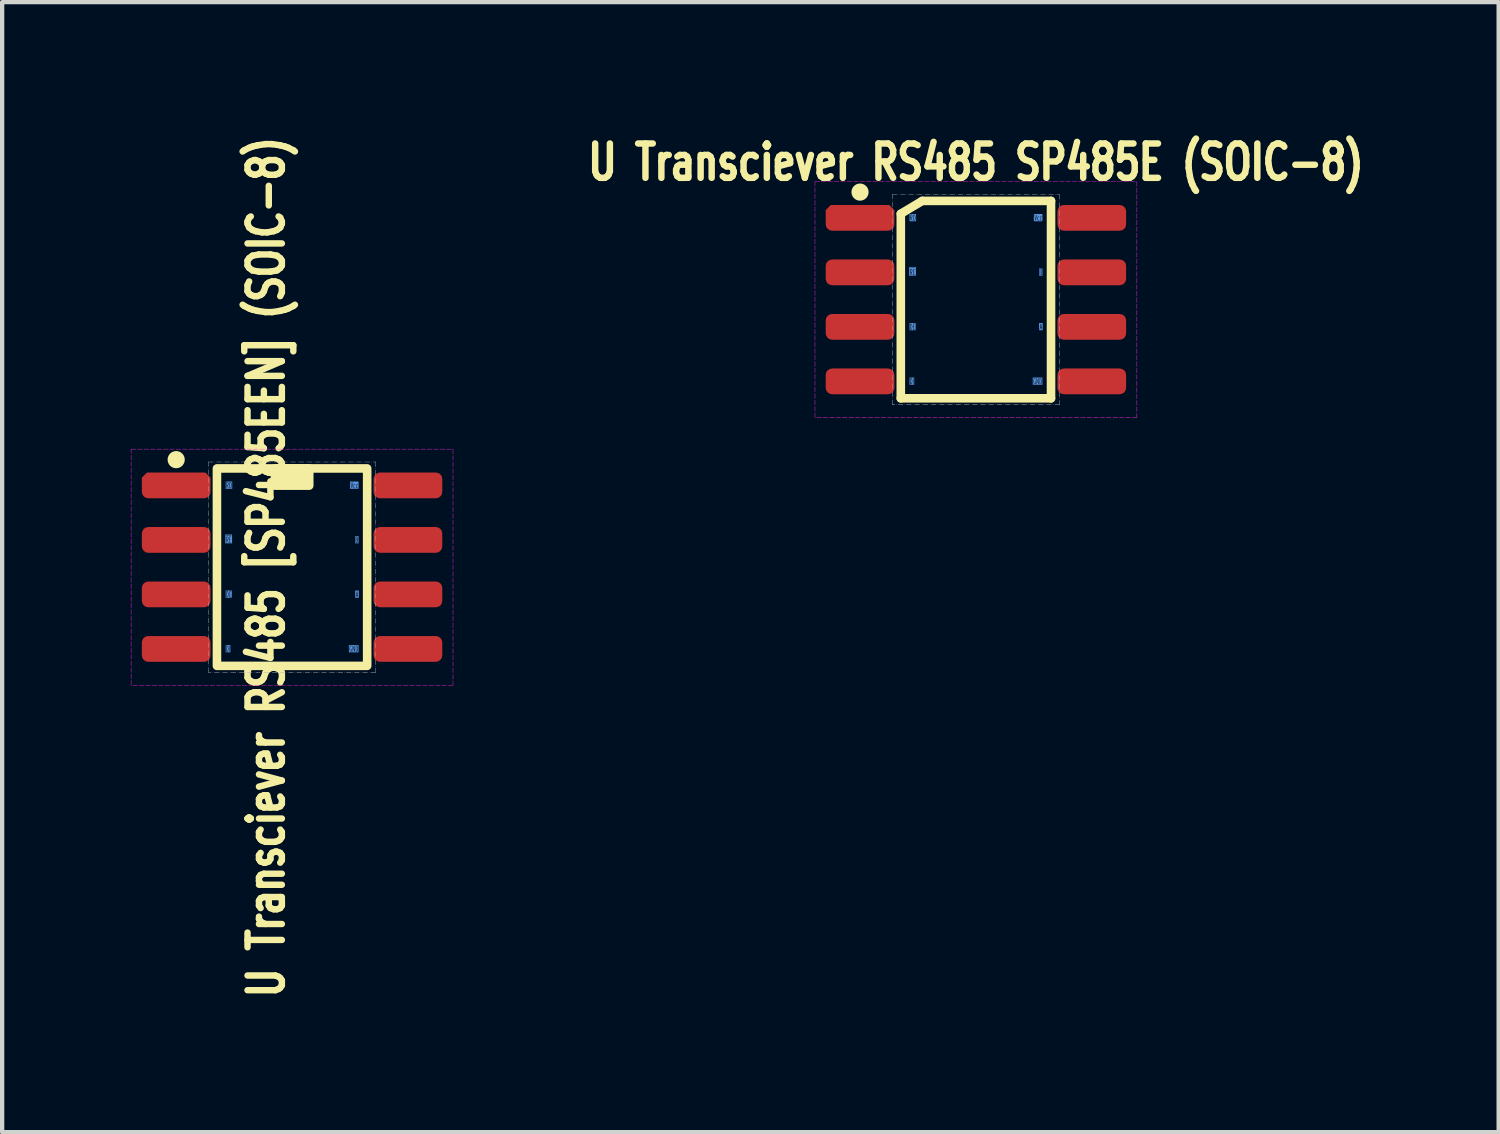
<source format=kicad_pcb>
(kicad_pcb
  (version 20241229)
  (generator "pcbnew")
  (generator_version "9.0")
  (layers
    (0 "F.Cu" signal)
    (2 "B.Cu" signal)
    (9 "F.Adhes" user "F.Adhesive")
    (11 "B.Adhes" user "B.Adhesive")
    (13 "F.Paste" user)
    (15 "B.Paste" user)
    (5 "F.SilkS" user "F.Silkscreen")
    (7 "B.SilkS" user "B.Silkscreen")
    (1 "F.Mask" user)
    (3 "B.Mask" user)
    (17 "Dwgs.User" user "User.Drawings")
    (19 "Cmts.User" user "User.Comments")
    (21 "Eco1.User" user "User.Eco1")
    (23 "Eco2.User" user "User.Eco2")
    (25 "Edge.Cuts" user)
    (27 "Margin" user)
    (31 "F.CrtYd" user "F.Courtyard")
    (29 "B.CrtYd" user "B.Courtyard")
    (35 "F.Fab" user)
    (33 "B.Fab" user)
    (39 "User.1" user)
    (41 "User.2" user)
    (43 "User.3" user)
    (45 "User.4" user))
  (footprint "U Transciever RS485 SP485E (SOIC-8)"
    (layer "F.Cu")
    (at 19.689 3.931)
    (property "Reference" "U Transciever RS485 SP485E (SOIC-8)" (at 0 -3.2 0) (layer "F.SilkS") (effects (font (size 0.8 0.6) (thickness 0.15))))
    (attr smd)
    (fp_line (start -1.75 -2) (end -1.25 -2.3) (stroke (width 0.2) (type default)) (layer "F.SilkS"))
    (fp_line (start -1.75 2.3) (end -1.75 -2) (stroke (width 0.2) (type default)) (layer "F.SilkS"))
    (fp_line (start -1.25 -2.3) (end 1.75 -2.3) (stroke (width 0.2) (type default)) (layer "F.SilkS"))
    (fp_line (start 1.75 -2.3) (end 1.75 2.3) (stroke (width 0.2) (type default)) (layer "F.SilkS"))
    (fp_line (start 1.75 2.3) (end -1.75 2.3) (stroke (width 0.2) (type default)) (layer "F.SilkS"))
    (fp_circle (center -2.7 -2.505) (end -2.55 -2.505) (stroke (width 0.1) (type solid)) (fill yes) (layer "F.SilkS"))
    (fp_rect (start -3.75 -2.75) (end 3.75 2.75) (stroke (width 0.01) (type dash)) (fill no) (layer "F.CrtYd"))
    (fp_rect (start -1.95 -2.45) (end 1.95 2.45) (stroke (width 0.01) (type dash_dot)) (fill no) (layer "F.Fab"))
    (fp_text user "GND" (at 1.55 1.905 0) (layer "Cmts.User" knockout) (effects (font (size 0.13 0.07) (thickness 0.01) (bold yes)) (justify right)))
    (fp_text user "DE" (at -1.55 0.635 0) (layer "Cmts.User" knockout) (effects (font (size 0.13 0.07) (thickness 0.01)) (justify left)))
    (fp_text user "B" (at 1.55 -0.635 0) (layer "Cmts.User" knockout) (effects (font (size 0.13 0.07) (thickness 0.01)) (justify right)))
    (fp_text user "Vcc" (at 1.55 -1.905 0) (layer "Cmts.User" knockout) (effects (font (size 0.13 0.07) (thickness 0.01) (bold yes)) (justify right)))
    (fp_text user "A" (at 1.55 0.635 0) (layer "Cmts.User" knockout) (effects (font (size 0.13 0.07) (thickness 0.01)) (justify right)))
    (fp_text user "RO" (at -1.55 -1.905 0) (layer "Cmts.User" knockout) (effects (font (size 0.13 0.07) (thickness 0.01)) (justify left)))
    (fp_text user "~{RE}" (at -1.55 -0.635 0) (layer "Cmts.User" knockout) (effects (font (size 0.13 0.07) (thickness 0.01)) (justify left)))
    (fp_text user "DI" (at -1.55 1.905 0) (layer "Cmts.User" knockout) (effects (font (size 0.13 0.07) (thickness 0.01)) (justify left)))
    (pad "1" smd roundrect (at -2.7 -1.905) (size 1.6 0.6) (layers "F.Cu" "F.Mask" "F.Paste") (roundrect_rratio 0.25) (chamfer_ratio 0.2) (chamfer top_left top_right))
    (pad "2" smd roundrect (at -2.7 -0.635) (size 1.6 0.6) (layers "F.Cu" "F.Mask" "F.Paste") (roundrect_rratio 0.25))
    (pad "3" smd roundrect (at -2.7 0.635) (size 1.6 0.6) (layers "F.Cu" "F.Mask" "F.Paste") (roundrect_rratio 0.25))
    (pad "4" smd roundrect (at -2.7 1.905) (size 1.6 0.6) (layers "F.Cu" "F.Mask" "F.Paste") (roundrect_rratio 0.25))
    (pad "5" smd roundrect (at 2.7 1.905) (size 1.6 0.6) (layers "F.Cu" "F.Mask" "F.Paste") (roundrect_rratio 0.25))
    (pad "6" smd roundrect (at 2.7 0.635) (size 1.6 0.6) (layers "F.Cu" "F.Mask" "F.Paste") (roundrect_rratio 0.25))
    (pad "7" smd roundrect (at 2.7 -0.635) (size 1.6 0.6) (layers "F.Cu" "F.Mask" "F.Paste") (roundrect_rratio 0.25))
    (pad "8" smd roundrect (at 2.7 -1.905) (size 1.6 0.6) (layers "F.Cu" "F.Mask" "F.Paste") (roundrect_rratio 0.25)))
  (footprint "U Transciever RS485 [SP485EEN] (SOIC-8)"
    (layer "F.Cu")
    (at 3.755 10.165)
    (property "Reference" "U Transciever RS485 [SP485EEN] (SOIC-8)" (at -0.6 0 90) (layer "F.SilkS") (effects (font (size 0.8 0.6) (thickness 0.15))))
    (attr smd)
    (fp_rect (start -1.75 -2.3) (end 1.75 2.3) (stroke (width 0.2) (type default)) (fill no) (layer "F.SilkS"))
    (fp_rect (start -0.4 -2.3) (end 0.4 -1.9) (stroke (width 0.2) (type solid)) (fill yes) (layer "F.SilkS"))
    (fp_circle (center -2.7 -2.505) (end -2.55 -2.505) (stroke (width 0.1) (type solid)) (fill yes) (layer "F.SilkS"))
    (fp_rect (start -3.75 -2.75) (end 3.75 2.75) (stroke (width 0.01) (type dash)) (fill no) (layer "F.CrtYd"))
    (fp_rect (start -1.95 -2.45) (end 1.95 2.45) (stroke (width 0.01) (type dash_dot)) (fill no) (layer "F.Fab"))
    (fp_text user "RO" (at -1.55 -1.905 0) (layer "Cmts.User" knockout) (effects (font (size 0.13 0.07) (thickness 0.01)) (justify left)))
    (fp_text user "A" (at 1.55 0.635 0) (layer "Cmts.User" knockout) (effects (font (size 0.13 0.07) (thickness 0.01)) (justify right)))
    (fp_text user "DI" (at -1.55 1.905 0) (layer "Cmts.User" knockout) (effects (font (size 0.13 0.07) (thickness 0.01)) (justify left)))
    (fp_text user "Vcc" (at 1.55 -1.905 0) (layer "Cmts.User" knockout) (effects (font (size 0.13 0.07) (thickness 0.01) (bold yes)) (justify right)))
    (fp_text user "DE" (at -1.55 0.635 0) (layer "Cmts.User" knockout) (effects (font (size 0.13 0.07) (thickness 0.01)) (justify left)))
    (fp_text user "~{RE}" (at -1.55 -0.635 0) (layer "Cmts.User" knockout) (effects (font (size 0.13 0.07) (thickness 0.01)) (justify left)))
    (fp_text user "B" (at 1.55 -0.635 0) (layer "Cmts.User" knockout) (effects (font (size 0.13 0.07) (thickness 0.01)) (justify right)))
    (fp_text user "GND" (at 1.55 1.905 0) (layer "Cmts.User" knockout) (effects (font (size 0.13 0.07) (thickness 0.01) (bold yes)) (justify right)))
    (pad "1" smd roundrect (at -2.7 -1.905) (size 1.6 0.6) (layers "F.Cu" "F.Mask" "F.Paste") (roundrect_rratio 0.25) (chamfer_ratio 0.2) (chamfer top_left top_right))
    (pad "2" smd roundrect (at -2.7 -0.635) (size 1.6 0.6) (layers "F.Cu" "F.Mask" "F.Paste") (roundrect_rratio 0.25))
    (pad "3" smd roundrect (at -2.7 0.635) (size 1.6 0.6) (layers "F.Cu" "F.Mask" "F.Paste") (roundrect_rratio 0.25))
    (pad "4" smd roundrect (at -2.7 1.905) (size 1.6 0.6) (layers "F.Cu" "F.Mask" "F.Paste") (roundrect_rratio 0.25))
    (pad "5" smd roundrect (at 2.7 1.905) (size 1.6 0.6) (layers "F.Cu" "F.Mask" "F.Paste") (roundrect_rratio 0.25))
    (pad "6" smd roundrect (at 2.7 0.635) (size 1.6 0.6) (layers "F.Cu" "F.Mask" "F.Paste") (roundrect_rratio 0.25))
    (pad "7" smd roundrect (at 2.7 -0.635) (size 1.6 0.6) (layers "F.Cu" "F.Mask" "F.Paste") (roundrect_rratio 0.25))
    (pad "8" smd roundrect (at 2.7 -1.905) (size 1.6 0.6) (layers "F.Cu" "F.Mask" "F.Paste") (roundrect_rratio 0.25)))
  (gr_rect
    (start -3 -3)
    (end 31.869 23.33)
    (stroke (width 0.1) (type default))
    (fill no)
    (layer "Edge.Cuts")))
</source>
